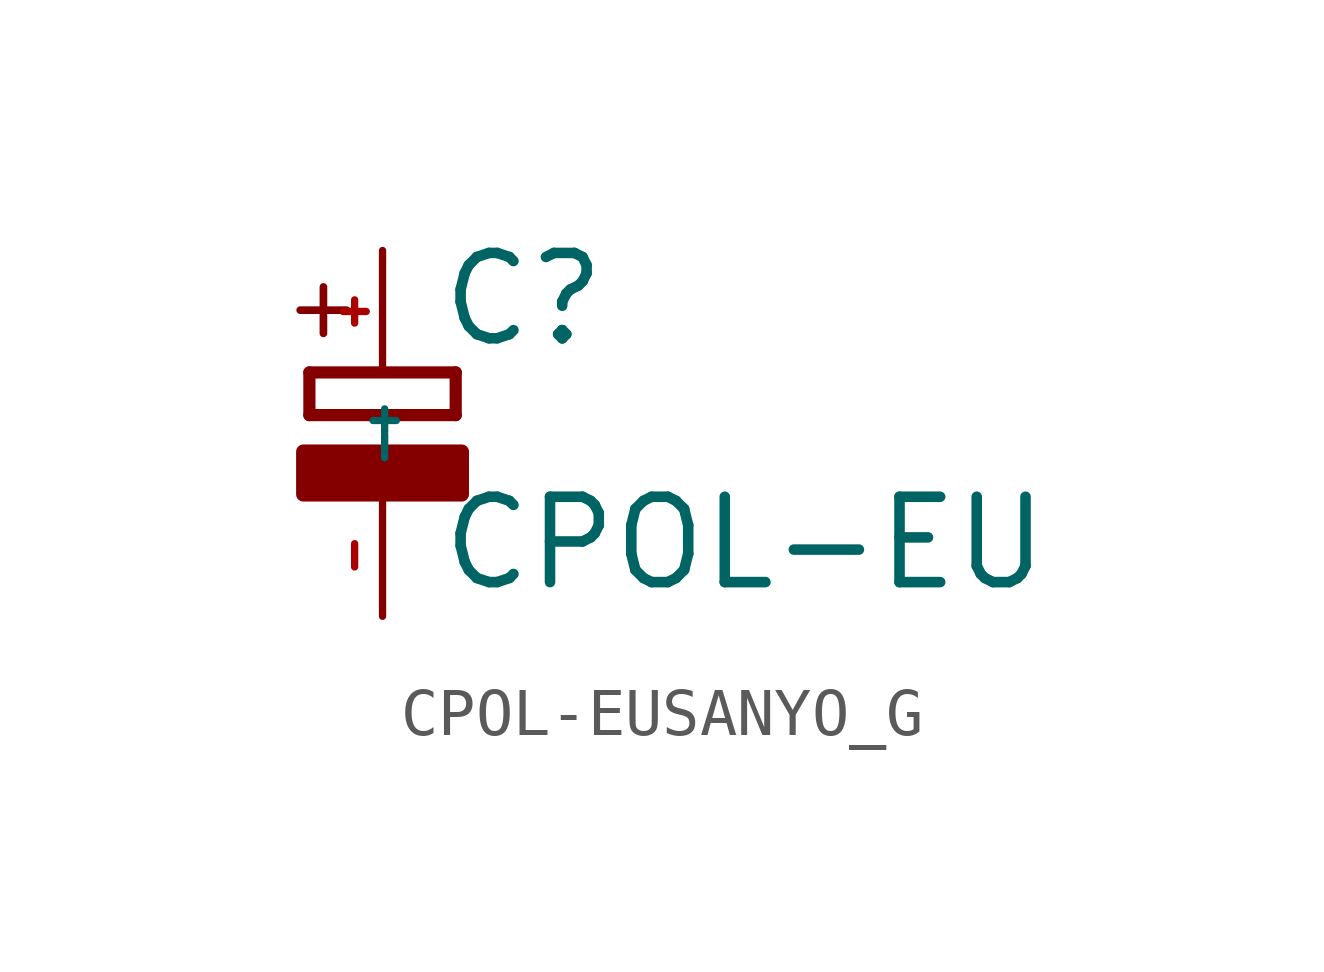
<source format=kicad_sym>
(kicad_symbol_lib
  (version 20220914)
  (generator Eagle2Kicad)
  (symbol "CPOL-EUSANYO_G"
    (property "Reference" "C"
      (at 1.143 0.483 0)
      (effects (font (size 1.778 1.778) (thickness 0.22)) (justify left bottom)))
    (property "Value" "CPOL-EU"
      (at 1.143 -4.597 0)
      (effects (font (size 1.778 1.778) (thickness 0.22)) (justify left bottom)))
    (polyline
      (pts (xy -1.524 -0.889) (xy 1.524 -0.889))
      (stroke (width 0.254) (type default))
      (fill (type none)))
    (polyline
      (pts (xy 1.524 -0.889) (xy 1.524 0))
      (stroke (width 0.254) (type default))
      (fill (type none)))
    (polyline
      (pts (xy -1.524 0) (xy -1.524 -0.889))
      (stroke (width 0.254) (type default))
      (fill (type none)))
    (polyline
      (pts (xy -1.524 0) (xy 1.524 0))
      (stroke (width 0.254) (type default))
      (fill (type none)))
    (text "+"
      (at -0.584 0.406 900)
      (effects (font (size 1.27 1.27) (thickness 0.16)) (justify left bottom)))
    (rectangle
      (start -1.651 -2.54)
      (end 1.651 -1.651)
      (stroke (width 0.3) (type default))
      (fill (type outline)))
    (pin passive line
      (at 0 -5.08 90)
      (length 2.54)
      (name "-" (effects (font (size 0.635 0.635) (thickness 0.08)) (justify left bottom)))
      (number "-" (effects (font (size 0.635 0.635) (thickness 0.08)) (justify left bottom))))
    (pin passive line
      (at 0 2.54 270)
      (length 2.54)
      (name "+" (effects (font (size 0.635 0.635) (thickness 0.08)) (justify left bottom)))
      (number "+" (effects (font (size 0.635 0.635) (thickness 0.08)) (justify left bottom))))))
</source>
